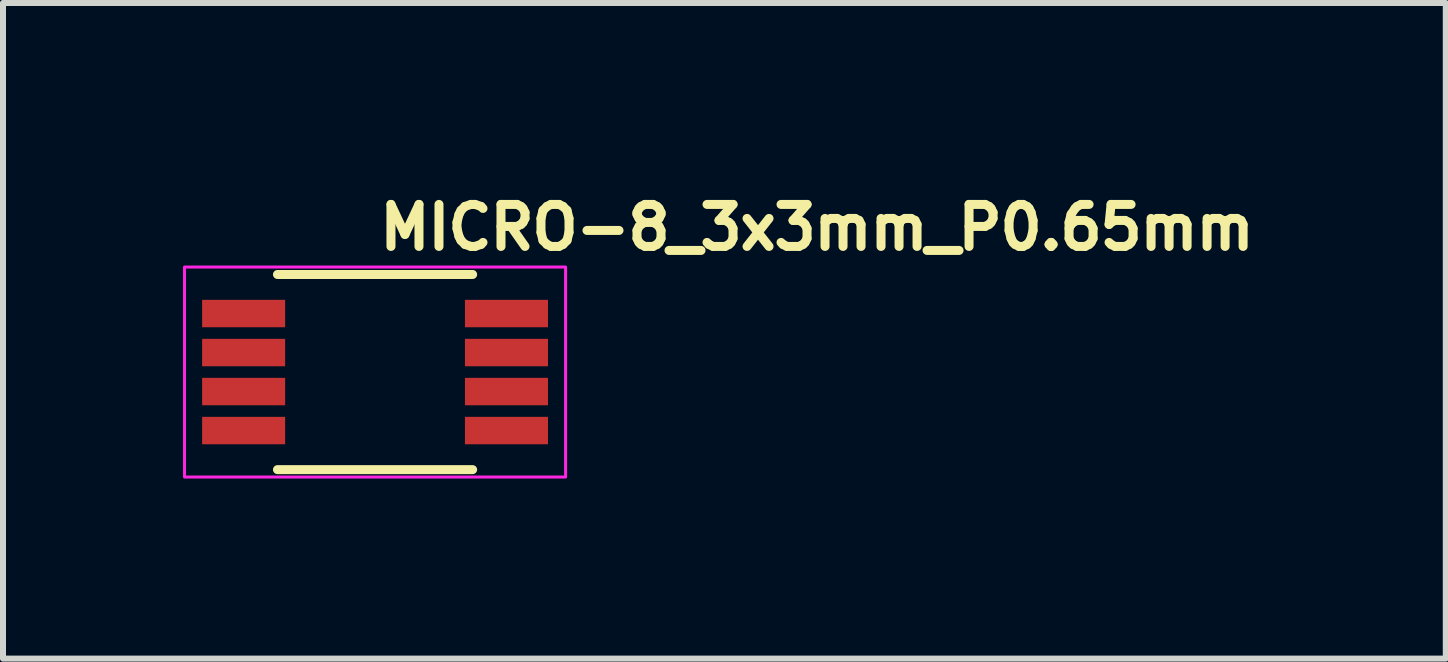
<source format=kicad_pcb>
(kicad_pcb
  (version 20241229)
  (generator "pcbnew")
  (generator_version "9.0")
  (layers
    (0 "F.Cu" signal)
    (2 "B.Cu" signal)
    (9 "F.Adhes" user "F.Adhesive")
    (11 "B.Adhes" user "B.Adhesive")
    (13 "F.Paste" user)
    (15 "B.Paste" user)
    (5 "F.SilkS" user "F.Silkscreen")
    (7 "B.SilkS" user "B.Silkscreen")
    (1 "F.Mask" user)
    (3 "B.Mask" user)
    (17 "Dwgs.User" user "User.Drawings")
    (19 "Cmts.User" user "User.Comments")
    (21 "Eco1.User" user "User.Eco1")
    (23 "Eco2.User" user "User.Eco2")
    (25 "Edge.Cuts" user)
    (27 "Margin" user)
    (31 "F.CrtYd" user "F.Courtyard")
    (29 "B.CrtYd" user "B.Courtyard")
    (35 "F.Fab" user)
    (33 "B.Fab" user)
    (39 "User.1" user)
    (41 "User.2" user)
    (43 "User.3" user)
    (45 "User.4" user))
  (footprint "MICRO-8_3x3mm_P0.65mm"
    (layer "F.Cu")
    (at 3.2 3.15)
    (property "Reference" "MICRO-8_3x3mm_P0.65mm" (at 0 -2 0) (unlocked yes) (layer "F.SilkS") (effects (font (size 0.7 0.7) (thickness 0.15)) (justify left bottom)))
    (attr smd)
    (fp_line (start -1.626 -1.626) (end 1.626 -1.626) (stroke (width 0.15) (type solid)) (layer "F.SilkS"))
    (fp_line (start -1.626 1.626) (end 1.626 1.626) (stroke (width 0.15) (type solid)) (layer "F.SilkS"))
    (fp_rect (start -3.175 -1.75) (end 3.175 1.75) (stroke (width 0.05) (type solid)) (fill no) (layer "F.CrtYd"))
    (fp_rect (start -2.527 -1.499) (end 2.527 1.499) (stroke (width 0.1) (type solid)) (fill no) (layer "User.5"))
    (fp_line (start -2.527 -1.178) (end -2.136 -1.178) (stroke (width 0.02) (type solid)) (layer "User.9"))
    (fp_line (start -2.527 -0.772) (end -2.527 -1.178) (stroke (width 0.02) (type solid)) (layer "User.9"))
    (fp_line (start -2.527 -0.528) (end -2.136 -0.528) (stroke (width 0.02) (type solid)) (layer "User.9"))
    (fp_line (start -2.527 -0.122) (end -2.527 -0.528) (stroke (width 0.02) (type solid)) (layer "User.9"))
    (fp_line (start -2.527 0.122) (end -2.136 0.122) (stroke (width 0.02) (type solid)) (layer "User.9"))
    (fp_line (start -2.527 0.528) (end -2.527 0.122) (stroke (width 0.02) (type solid)) (layer "User.9"))
    (fp_line (start -2.527 0.772) (end -2.136 0.772) (stroke (width 0.02) (type solid)) (layer "User.9"))
    (fp_line (start -2.527 1.178) (end -2.527 0.772) (stroke (width 0.02) (type solid)) (layer "User.9"))
    (fp_line (start -2.136 -1.178) (end -2.059 -1.178) (stroke (width 0.02) (type solid)) (layer "User.9"))
    (fp_line (start -2.136 -0.772) (end -2.527 -0.772) (stroke (width 0.02) (type solid)) (layer "User.9"))
    (fp_line (start -2.136 -0.528) (end -2.059 -0.528) (stroke (width 0.02) (type solid)) (layer "User.9"))
    (fp_line (start -2.136 -0.122) (end -2.527 -0.122) (stroke (width 0.02) (type solid)) (layer "User.9"))
    (fp_line (start -2.136 0.122) (end -2.059 0.122) (stroke (width 0.02) (type solid)) (layer "User.9"))
    (fp_line (start -2.136 0.528) (end -2.527 0.528) (stroke (width 0.02) (type solid)) (layer "User.9"))
    (fp_line (start -2.136 0.772) (end -2.059 0.772) (stroke (width 0.02) (type solid)) (layer "User.9"))
    (fp_line (start -2.136 1.178) (end -2.527 1.178) (stroke (width 0.02) (type solid)) (layer "User.9"))
    (fp_line (start -2.06 -1.178) (end -2.043 -1.178) (stroke (width 0.02) (type solid)) (layer "User.9"))
    (fp_line (start -2.06 -0.528) (end -2.043 -0.528) (stroke (width 0.02) (type solid)) (layer "User.9"))
    (fp_line (start -2.06 0.122) (end -2.043 0.122) (stroke (width 0.02) (type solid)) (layer "User.9"))
    (fp_line (start -2.06 0.772) (end -2.043 0.772) (stroke (width 0.02) (type solid)) (layer "User.9"))
    (fp_line (start -2.059 -0.772) (end -2.136 -0.772) (stroke (width 0.02) (type solid)) (layer "User.9"))
    (fp_line (start -2.059 -0.122) (end -2.136 -0.122) (stroke (width 0.02) (type solid)) (layer "User.9"))
    (fp_line (start -2.059 0.528) (end -2.136 0.528) (stroke (width 0.02) (type solid)) (layer "User.9"))
    (fp_line (start -2.059 1.178) (end -2.136 1.178) (stroke (width 0.02) (type solid)) (layer "User.9"))
    (fp_line (start -2.043 -1.178) (end -1.89 -1.178) (stroke (width 0.02) (type solid)) (layer "User.9"))
    (fp_line (start -2.043 -0.772) (end -2.06 -0.772) (stroke (width 0.02) (type solid)) (layer "User.9"))
    (fp_line (start -2.043 -0.528) (end -1.89 -0.528) (stroke (width 0.02) (type solid)) (layer "User.9"))
    (fp_line (start -2.043 -0.122) (end -2.06 -0.122) (stroke (width 0.02) (type solid)) (layer "User.9"))
    (fp_line (start -2.043 0.122) (end -1.89 0.122) (stroke (width 0.02) (type solid)) (layer "User.9"))
    (fp_line (start -2.043 0.528) (end -2.06 0.528) (stroke (width 0.02) (type solid)) (layer "User.9"))
    (fp_line (start -2.043 0.772) (end -1.89 0.772) (stroke (width 0.02) (type solid)) (layer "User.9"))
    (fp_line (start -2.043 1.178) (end -2.06 1.178) (stroke (width 0.02) (type solid)) (layer "User.9"))
    (fp_line (start -1.89 -1.178) (end -1.499 -1.178) (stroke (width 0.02) (type solid)) (layer "User.9"))
    (fp_line (start -1.89 -0.772) (end -2.043 -0.772) (stroke (width 0.02) (type solid)) (layer "User.9"))
    (fp_line (start -1.89 -0.528) (end -1.499 -0.528) (stroke (width 0.02) (type solid)) (layer "User.9"))
    (fp_line (start -1.89 -0.122) (end -2.043 -0.122) (stroke (width 0.02) (type solid)) (layer "User.9"))
    (fp_line (start -1.89 0.122) (end -1.499 0.122) (stroke (width 0.02) (type solid)) (layer "User.9"))
    (fp_line (start -1.89 0.528) (end -2.043 0.528) (stroke (width 0.02) (type solid)) (layer "User.9"))
    (fp_line (start -1.89 0.772) (end -1.499 0.772) (stroke (width 0.02) (type solid)) (layer "User.9"))
    (fp_line (start -1.89 1.178) (end -2.043 1.178) (stroke (width 0.02) (type solid)) (layer "User.9"))
    (fp_line (start -1.499 -1.499) (end -1.499 1.499) (stroke (width 0.02) (type solid)) (layer "User.9"))
    (fp_line (start -1.499 -0.772) (end -1.89 -0.772) (stroke (width 0.02) (type solid)) (layer "User.9"))
    (fp_line (start -1.499 -0.122) (end -1.89 -0.122) (stroke (width 0.02) (type solid)) (layer "User.9"))
    (fp_line (start -1.499 0.528) (end -1.89 0.528) (stroke (width 0.02) (type solid)) (layer "User.9"))
    (fp_line (start -1.499 1.178) (end -1.89 1.178) (stroke (width 0.02) (type solid)) (layer "User.9"))
    (fp_line (start -1.499 1.499) (end 1.499 1.499) (stroke (width 0.02) (type solid)) (layer "User.9"))
    (fp_line (start -1.097 -0.983) (end -1.097 -0.979) (stroke (width 0.02) (type solid)) (layer "User.9"))
    (fp_line (start -1.097 -0.979) (end -1.097 -0.975) (stroke (width 0.02) (type solid)) (layer "User.9"))
    (fp_line (start -1.097 -0.975) (end -1.097 -0.975) (stroke (width 0.02) (type solid)) (layer "User.9"))
    (fp_line (start -1.097 -0.975) (end -1.097 -0.971) (stroke (width 0.02) (type solid)) (layer "User.9"))
    (fp_line (start -1.097 -0.971) (end -1.097 -0.967) (stroke (width 0.02) (type solid)) (layer "User.9"))
    (fp_line (start -1.097 -0.967) (end -1.096 -0.964) (stroke (width 0.02) (type solid)) (layer "User.9"))
    (fp_line (start -1.096 -0.986) (end -1.097 -0.983) (stroke (width 0.02) (type solid)) (layer "User.9"))
    (fp_line (start -1.096 -0.964) (end -1.095 -0.96) (stroke (width 0.02) (type solid)) (layer "User.9"))
    (fp_line (start -1.095 -0.994) (end -1.095 -0.99) (stroke (width 0.02) (type solid)) (layer "User.9"))
    (fp_line (start -1.095 -0.99) (end -1.096 -0.986) (stroke (width 0.02) (type solid)) (layer "User.9"))
    (fp_line (start -1.095 -0.96) (end -1.095 -0.956) (stroke (width 0.02) (type solid)) (layer "User.9"))
    (fp_line (start -1.095 -0.956) (end -1.094 -0.953) (stroke (width 0.02) (type solid)) (layer "User.9"))
    (fp_line (start -1.094 -0.997) (end -1.095 -0.994) (stroke (width 0.02) (type solid)) (layer "User.9"))
    (fp_line (start -1.094 -0.953) (end -1.092 -0.949) (stroke (width 0.02) (type solid)) (layer "User.9"))
    (fp_line (start -1.092 -1.001) (end -1.094 -0.997) (stroke (width 0.02) (type solid)) (layer "User.9"))
    (fp_line (start -1.092 -0.949) (end -1.091 -0.946) (stroke (width 0.02) (type solid)) (layer "User.9"))
    (fp_line (start -1.091 -1.004) (end -1.092 -1.001) (stroke (width 0.02) (type solid)) (layer "User.9"))
    (fp_line (start -1.091 -0.946) (end -1.09 -0.943) (stroke (width 0.02) (type solid)) (layer "User.9"))
    (fp_line (start -1.09 -1.007) (end -1.091 -1.004) (stroke (width 0.02) (type solid)) (layer "User.9"))
    (fp_line (start -1.09 -0.943) (end -1.088 -0.939) (stroke (width 0.02) (type solid)) (layer "User.9"))
    (fp_line (start -1.088 -1.011) (end -1.09 -1.007) (stroke (width 0.02) (type solid)) (layer "User.9"))
    (fp_line (start -1.088 -0.939) (end -1.086 -0.936) (stroke (width 0.02) (type solid)) (layer "User.9"))
    (fp_line (start -1.086 -1.014) (end -1.088 -1.011) (stroke (width 0.02) (type solid)) (layer "User.9"))
    (fp_line (start -1.086 -0.936) (end -1.084 -0.933) (stroke (width 0.02) (type solid)) (layer "User.9"))
    (fp_line (start -1.084 -1.017) (end -1.086 -1.014) (stroke (width 0.02) (type solid)) (layer "User.9"))
    (fp_line (start -1.084 -0.933) (end -1.082 -0.93) (stroke (width 0.02) (type solid)) (layer "User.9"))
    (fp_line (start -1.082 -1.02) (end -1.084 -1.017) (stroke (width 0.02) (type solid)) (layer "User.9"))
    (fp_line (start -1.082 -0.93) (end -1.08 -0.927) (stroke (width 0.02) (type solid)) (layer "User.9"))
    (fp_line (start -1.08 -1.023) (end -1.082 -1.02) (stroke (width 0.02) (type solid)) (layer "User.9"))
    (fp_line (start -1.08 -0.927) (end -1.077 -0.925) (stroke (width 0.02) (type solid)) (layer "User.9"))
    (fp_line (start -1.077 -1.025) (end -1.08 -1.023) (stroke (width 0.02) (type solid)) (layer "User.9"))
    (fp_line (start -1.077 -0.925) (end -1.075 -0.922) (stroke (width 0.02) (type solid)) (layer "User.9"))
    (fp_line (start -1.075 -1.028) (end -1.077 -1.025) (stroke (width 0.02) (type solid)) (layer "User.9"))
    (fp_line (start -1.075 -0.922) (end -1.072 -0.92) (stroke (width 0.02) (type solid)) (layer "User.9"))
    (fp_line (start -1.072 -1.03) (end -1.075 -1.028) (stroke (width 0.02) (type solid)) (layer "User.9"))
    (fp_line (start -1.072 -0.92) (end -1.07 -0.917) (stroke (width 0.02) (type solid)) (layer "User.9"))
    (fp_line (start -1.07 -1.033) (end -1.072 -1.03) (stroke (width 0.02) (type solid)) (layer "User.9"))
    (fp_line (start -1.07 -0.917) (end -1.067 -0.915) (stroke (width 0.02) (type solid)) (layer "User.9"))
    (fp_line (start -1.067 -1.035) (end -1.07 -1.033) (stroke (width 0.02) (type solid)) (layer "User.9"))
    (fp_line (start -1.067 -0.915) (end -1.064 -0.913) (stroke (width 0.02) (type solid)) (layer "User.9"))
    (fp_line (start -1.064 -1.037) (end -1.067 -1.035) (stroke (width 0.02) (type solid)) (layer "User.9"))
    (fp_line (start -1.064 -0.913) (end -1.061 -0.911) (stroke (width 0.02) (type solid)) (layer "User.9"))
    (fp_line (start -1.061 -1.039) (end -1.064 -1.037) (stroke (width 0.02) (type solid)) (layer "User.9"))
    (fp_line (start -1.061 -0.911) (end -1.058 -0.909) (stroke (width 0.02) (type solid)) (layer "User.9"))
    (fp_line (start -1.058 -1.041) (end -1.061 -1.039) (stroke (width 0.02) (type solid)) (layer "User.9"))
    (fp_line (start -1.058 -0.909) (end -1.054 -0.907) (stroke (width 0.02) (type solid)) (layer "User.9"))
    (fp_line (start -1.054 -1.043) (end -1.058 -1.041) (stroke (width 0.02) (type solid)) (layer "User.9"))
    (fp_line (start -1.054 -0.907) (end -1.051 -0.906) (stroke (width 0.02) (type solid)) (layer "User.9"))
    (fp_line (start -1.051 -1.044) (end -1.054 -1.043) (stroke (width 0.02) (type solid)) (layer "User.9"))
    (fp_line (start -1.051 -0.906) (end -1.048 -0.905) (stroke (width 0.02) (type solid)) (layer "User.9"))
    (fp_line (start -1.048 -1.045) (end -1.051 -1.044) (stroke (width 0.02) (type solid)) (layer "User.9"))
    (fp_line (start -1.048 -0.905) (end -1.044 -0.903) (stroke (width 0.02) (type solid)) (layer "User.9"))
    (fp_line (start -1.044 -1.047) (end -1.048 -1.045) (stroke (width 0.02) (type solid)) (layer "User.9"))
    (fp_line (start -1.044 -0.903) (end -1.041 -0.902) (stroke (width 0.02) (type solid)) (layer "User.9"))
    (fp_line (start -1.041 -1.048) (end -1.044 -1.047) (stroke (width 0.02) (type solid)) (layer "User.9"))
    (fp_line (start -1.041 -0.902) (end -1.037 -0.902) (stroke (width 0.02) (type solid)) (layer "User.9"))
    (fp_line (start -1.037 -1.048) (end -1.041 -1.048) (stroke (width 0.02) (type solid)) (layer "User.9"))
    (fp_line (start -1.037 -0.902) (end -1.033 -0.901) (stroke (width 0.02) (type solid)) (layer "User.9"))
    (fp_line (start -1.033 -1.049) (end -1.037 -1.048) (stroke (width 0.02) (type solid)) (layer "User.9"))
    (fp_line (start -1.033 -0.901) (end -1.03 -0.9) (stroke (width 0.02) (type solid)) (layer "User.9"))
    (fp_line (start -1.03 -1.05) (end -1.033 -1.049) (stroke (width 0.02) (type solid)) (layer "User.9"))
    (fp_line (start -1.03 -0.9) (end -1.026 -0.9) (stroke (width 0.02) (type solid)) (layer "User.9"))
    (fp_line (start -1.026 -1.05) (end -1.03 -1.05) (stroke (width 0.02) (type solid)) (layer "User.9"))
    (fp_line (start -1.026 -0.9) (end -1.022 -0.9) (stroke (width 0.02) (type solid)) (layer "User.9"))
    (fp_line (start -1.022 -1.05) (end -1.026 -1.05) (stroke (width 0.02) (type solid)) (layer "User.9"))
    (fp_line (start -1.022 -1.05) (end -1.022 -1.05) (stroke (width 0.02) (type solid)) (layer "User.9"))
    (fp_line (start -1.022 -0.9) (end -1.022 -0.9) (stroke (width 0.02) (type solid)) (layer "User.9"))
    (fp_line (start -1.022 -0.9) (end -1.018 -0.9) (stroke (width 0.02) (type solid)) (layer "User.9"))
    (fp_line (start -1.018 -1.05) (end -1.022 -1.05) (stroke (width 0.02) (type solid)) (layer "User.9"))
    (fp_line (start -1.018 -0.9) (end -1.014 -0.9) (stroke (width 0.02) (type solid)) (layer "User.9"))
    (fp_line (start -1.014 -1.05) (end -1.018 -1.05) (stroke (width 0.02) (type solid)) (layer "User.9"))
    (fp_line (start -1.014 -0.9) (end -1.011 -0.901) (stroke (width 0.02) (type solid)) (layer "User.9"))
    (fp_line (start -1.011 -1.049) (end -1.014 -1.05) (stroke (width 0.02) (type solid)) (layer "User.9"))
    (fp_line (start -1.011 -0.901) (end -1.007 -0.902) (stroke (width 0.02) (type solid)) (layer "User.9"))
    (fp_line (start -1.007 -1.048) (end -1.011 -1.049) (stroke (width 0.02) (type solid)) (layer "User.9"))
    (fp_line (start -1.007 -0.902) (end -1.003 -0.902) (stroke (width 0.02) (type solid)) (layer "User.9"))
    (fp_line (start -1.003 -1.048) (end -1.007 -1.048) (stroke (width 0.02) (type solid)) (layer "User.9"))
    (fp_line (start -1.003 -0.902) (end -1 -0.903) (stroke (width 0.02) (type solid)) (layer "User.9"))
    (fp_line (start -1 -1.047) (end -1.003 -1.048) (stroke (width 0.02) (type solid)) (layer "User.9"))
    (fp_line (start -1 -0.903) (end -0.996 -0.905) (stroke (width 0.02) (type solid)) (layer "User.9"))
    (fp_line (start -0.996 -1.045) (end -1 -1.047) (stroke (width 0.02) (type solid)) (layer "User.9"))
    (fp_line (start -0.996 -0.905) (end -0.993 -0.906) (stroke (width 0.02) (type solid)) (layer "User.9"))
    (fp_line (start -0.993 -1.044) (end -0.996 -1.045) (stroke (width 0.02) (type solid)) (layer "User.9"))
    (fp_line (start -0.993 -0.906) (end -0.99 -0.907) (stroke (width 0.02) (type solid)) (layer "User.9"))
    (fp_line (start -0.99 -1.043) (end -0.993 -1.044) (stroke (width 0.02) (type solid)) (layer "User.9"))
    (fp_line (start -0.99 -0.907) (end -0.986 -0.909) (stroke (width 0.02) (type solid)) (layer "User.9"))
    (fp_line (start -0.986 -1.041) (end -0.99 -1.043) (stroke (width 0.02) (type solid)) (layer "User.9"))
    (fp_line (start -0.986 -0.909) (end -0.983 -0.911) (stroke (width 0.02) (type solid)) (layer "User.9"))
    (fp_line (start -0.983 -1.039) (end -0.986 -1.041) (stroke (width 0.02) (type solid)) (layer "User.9"))
    (fp_line (start -0.983 -0.911) (end -0.98 -0.913) (stroke (width 0.02) (type solid)) (layer "User.9"))
    (fp_line (start -0.98 -1.037) (end -0.983 -1.039) (stroke (width 0.02) (type solid)) (layer "User.9"))
    (fp_line (start -0.98 -0.913) (end -0.977 -0.915) (stroke (width 0.02) (type solid)) (layer "User.9"))
    (fp_line (start -0.977 -1.035) (end -0.98 -1.037) (stroke (width 0.02) (type solid)) (layer "User.9"))
    (fp_line (start -0.977 -0.915) (end -0.974 -0.917) (stroke (width 0.02) (type solid)) (layer "User.9"))
    (fp_line (start -0.974 -1.033) (end -0.977 -1.035) (stroke (width 0.02) (type solid)) (layer "User.9"))
    (fp_line (start -0.974 -0.917) (end -0.972 -0.92) (stroke (width 0.02) (type solid)) (layer "User.9"))
    (fp_line (start -0.972 -1.03) (end -0.974 -1.033) (stroke (width 0.02) (type solid)) (layer "User.9"))
    (fp_line (start -0.972 -0.92) (end -0.969 -0.922) (stroke (width 0.02) (type solid)) (layer "User.9"))
    (fp_line (start -0.969 -1.028) (end -0.972 -1.03) (stroke (width 0.02) (type solid)) (layer "User.9"))
    (fp_line (start -0.969 -0.922) (end -0.967 -0.925) (stroke (width 0.02) (type solid)) (layer "User.9"))
    (fp_line (start -0.967 -1.025) (end -0.969 -1.028) (stroke (width 0.02) (type solid)) (layer "User.9"))
    (fp_line (start -0.967 -0.925) (end -0.964 -0.927) (stroke (width 0.02) (type solid)) (layer "User.9"))
    (fp_line (start -0.964 -1.023) (end -0.967 -1.025) (stroke (width 0.02) (type solid)) (layer "User.9"))
    (fp_line (start -0.964 -0.927) (end -0.962 -0.93) (stroke (width 0.02) (type solid)) (layer "User.9"))
    (fp_line (start -0.962 -1.02) (end -0.964 -1.023) (stroke (width 0.02) (type solid)) (layer "User.9"))
    (fp_line (start -0.962 -0.93) (end -0.96 -0.933) (stroke (width 0.02) (type solid)) (layer "User.9"))
    (fp_line (start -0.96 -1.017) (end -0.962 -1.02) (stroke (width 0.02) (type solid)) (layer "User.9"))
    (fp_line (start -0.96 -0.933) (end -0.958 -0.936) (stroke (width 0.02) (type solid)) (layer "User.9"))
    (fp_line (start -0.958 -1.014) (end -0.96 -1.017) (stroke (width 0.02) (type solid)) (layer "User.9"))
    (fp_line (start -0.958 -0.936) (end -0.956 -0.939) (stroke (width 0.02) (type solid)) (layer "User.9"))
    (fp_line (start -0.956 -1.011) (end -0.958 -1.014) (stroke (width 0.02) (type solid)) (layer "User.9"))
    (fp_line (start -0.956 -0.939) (end -0.954 -0.943) (stroke (width 0.02) (type solid)) (layer "User.9"))
    (fp_line (start -0.954 -1.007) (end -0.956 -1.011) (stroke (width 0.02) (type solid)) (layer "User.9"))
    (fp_line (start -0.954 -0.943) (end -0.953 -0.946) (stroke (width 0.02) (type solid)) (layer "User.9"))
    (fp_line (start -0.953 -1.004) (end -0.954 -1.007) (stroke (width 0.02) (type solid)) (layer "User.9"))
    (fp_line (start -0.953 -0.946) (end -0.952 -0.949) (stroke (width 0.02) (type solid)) (layer "User.9"))
    (fp_line (start -0.952 -1.001) (end -0.953 -1.004) (stroke (width 0.02) (type solid)) (layer "User.9"))
    (fp_line (start -0.952 -0.949) (end -0.95 -0.953) (stroke (width 0.02) (type solid)) (layer "User.9"))
    (fp_line (start -0.95 -0.997) (end -0.952 -1.001) (stroke (width 0.02) (type solid)) (layer "User.9"))
    (fp_line (start -0.95 -0.953) (end -0.949 -0.956) (stroke (width 0.02) (type solid)) (layer "User.9"))
    (fp_line (start -0.949 -0.994) (end -0.95 -0.997) (stroke (width 0.02) (type solid)) (layer "User.9"))
    (fp_line (start -0.949 -0.99) (end -0.949 -0.994) (stroke (width 0.02) (type solid)) (layer "User.9"))
    (fp_line (start -0.949 -0.96) (end -0.948 -0.964) (stroke (width 0.02) (type solid)) (layer "User.9"))
    (fp_line (start -0.949 -0.956) (end -0.949 -0.96) (stroke (width 0.02) (type solid)) (layer "User.9"))
    (fp_line (start -0.948 -0.986) (end -0.949 -0.99) (stroke (width 0.02) (type solid)) (layer "User.9"))
    (fp_line (start -0.948 -0.964) (end -0.947 -0.967) (stroke (width 0.02) (type solid)) (layer "User.9"))
    (fp_line (start -0.947 -0.983) (end -0.948 -0.986) (stroke (width 0.02) (type solid)) (layer "User.9"))
    (fp_line (start -0.947 -0.979) (end -0.947 -0.983) (stroke (width 0.02) (type solid)) (layer "User.9"))
    (fp_line (start -0.947 -0.975) (end -0.947 -0.979) (stroke (width 0.02) (type solid)) (layer "User.9"))
    (fp_line (start -0.947 -0.975) (end -0.947 -0.975) (stroke (width 0.02) (type solid)) (layer "User.9"))
    (fp_line (start -0.947 -0.975) (end -0.947 -0.975) (stroke (width 0.02) (type solid)) (layer "User.9"))
    (fp_line (start -0.947 -0.971) (end -0.947 -0.975) (stroke (width 0.02) (type solid)) (layer "User.9"))
    (fp_line (start -0.947 -0.967) (end -0.947 -0.971) (stroke (width 0.02) (type solid)) (layer "User.9"))
    (fp_line (start 1.499 -1.499) (end -1.499 -1.499) (stroke (width 0.02) (type solid)) (layer "User.9"))
    (fp_line (start 1.499 -1.178) (end 1.89 -1.178) (stroke (width 0.02) (type solid)) (layer "User.9"))
    (fp_line (start 1.499 -0.528) (end 1.89 -0.528) (stroke (width 0.02) (type solid)) (layer "User.9"))
    (fp_line (start 1.499 0.122) (end 1.89 0.122) (stroke (width 0.02) (type solid)) (layer "User.9"))
    (fp_line (start 1.499 0.772) (end 1.89 0.772) (stroke (width 0.02) (type solid)) (layer "User.9"))
    (fp_line (start 1.499 1.499) (end 1.499 -1.499) (stroke (width 0.02) (type solid)) (layer "User.9"))
    (fp_line (start 1.89 -1.178) (end 2.043 -1.178) (stroke (width 0.02) (type solid)) (layer "User.9"))
    (fp_line (start 1.89 -0.772) (end 1.499 -0.772) (stroke (width 0.02) (type solid)) (layer "User.9"))
    (fp_line (start 1.89 -0.528) (end 2.043 -0.528) (stroke (width 0.02) (type solid)) (layer "User.9"))
    (fp_line (start 1.89 -0.122) (end 1.499 -0.122) (stroke (width 0.02) (type solid)) (layer "User.9"))
    (fp_line (start 1.89 0.122) (end 2.043 0.122) (stroke (width 0.02) (type solid)) (layer "User.9"))
    (fp_line (start 1.89 0.528) (end 1.499 0.528) (stroke (width 0.02) (type solid)) (layer "User.9"))
    (fp_line (start 1.89 0.772) (end 2.043 0.772) (stroke (width 0.02) (type solid)) (layer "User.9"))
    (fp_line (start 1.89 1.178) (end 1.499 1.178) (stroke (width 0.02) (type solid)) (layer "User.9"))
    (fp_line (start 2.043 -1.178) (end 2.06 -1.178) (stroke (width 0.02) (type solid)) (layer "User.9"))
    (fp_line (start 2.043 -0.772) (end 1.89 -0.772) (stroke (width 0.02) (type solid)) (layer "User.9"))
    (fp_line (start 2.043 -0.528) (end 2.06 -0.528) (stroke (width 0.02) (type solid)) (layer "User.9"))
    (fp_line (start 2.043 -0.122) (end 1.89 -0.122) (stroke (width 0.02) (type solid)) (layer "User.9"))
    (fp_line (start 2.043 0.122) (end 2.06 0.122) (stroke (width 0.02) (type solid)) (layer "User.9"))
    (fp_line (start 2.043 0.528) (end 1.89 0.528) (stroke (width 0.02) (type solid)) (layer "User.9"))
    (fp_line (start 2.043 0.772) (end 2.06 0.772) (stroke (width 0.02) (type solid)) (layer "User.9"))
    (fp_line (start 2.043 1.178) (end 1.89 1.178) (stroke (width 0.02) (type solid)) (layer "User.9"))
    (fp_line (start 2.059 -1.178) (end 2.136 -1.178) (stroke (width 0.02) (type solid)) (layer "User.9"))
    (fp_line (start 2.059 -0.528) (end 2.136 -0.528) (stroke (width 0.02) (type solid)) (layer "User.9"))
    (fp_line (start 2.059 0.122) (end 2.136 0.122) (stroke (width 0.02) (type solid)) (layer "User.9"))
    (fp_line (start 2.059 0.772) (end 2.136 0.772) (stroke (width 0.02) (type solid)) (layer "User.9"))
    (fp_line (start 2.06 -0.772) (end 2.043 -0.772) (stroke (width 0.02) (type solid)) (layer "User.9"))
    (fp_line (start 2.06 -0.122) (end 2.043 -0.122) (stroke (width 0.02) (type solid)) (layer "User.9"))
    (fp_line (start 2.06 0.528) (end 2.043 0.528) (stroke (width 0.02) (type solid)) (layer "User.9"))
    (fp_line (start 2.06 1.178) (end 2.043 1.178) (stroke (width 0.02) (type solid)) (layer "User.9"))
    (fp_line (start 2.136 -1.178) (end 2.527 -1.178) (stroke (width 0.02) (type solid)) (layer "User.9"))
    (fp_line (start 2.136 -0.772) (end 2.059 -0.772) (stroke (width 0.02) (type solid)) (layer "User.9"))
    (fp_line (start 2.136 -0.528) (end 2.527 -0.528) (stroke (width 0.02) (type solid)) (layer "User.9"))
    (fp_line (start 2.136 -0.122) (end 2.059 -0.122) (stroke (width 0.02) (type solid)) (layer "User.9"))
    (fp_line (start 2.136 0.122) (end 2.527 0.122) (stroke (width 0.02) (type solid)) (layer "User.9"))
    (fp_line (start 2.136 0.528) (end 2.059 0.528) (stroke (width 0.02) (type solid)) (layer "User.9"))
    (fp_line (start 2.136 0.772) (end 2.527 0.772) (stroke (width 0.02) (type solid)) (layer "User.9"))
    (fp_line (start 2.136 1.178) (end 2.059 1.178) (stroke (width 0.02) (type solid)) (layer "User.9"))
    (fp_line (start 2.527 -1.178) (end 2.527 -0.772) (stroke (width 0.02) (type solid)) (layer "User.9"))
    (fp_line (start 2.527 -0.772) (end 2.136 -0.772) (stroke (width 0.02) (type solid)) (layer "User.9"))
    (fp_line (start 2.527 -0.528) (end 2.527 -0.122) (stroke (width 0.02) (type solid)) (layer "User.9"))
    (fp_line (start 2.527 -0.122) (end 2.136 -0.122) (stroke (width 0.02) (type solid)) (layer "User.9"))
    (fp_line (start 2.527 0.122) (end 2.527 0.528) (stroke (width 0.02) (type solid)) (layer "User.9"))
    (fp_line (start 2.527 0.528) (end 2.136 0.528) (stroke (width 0.02) (type solid)) (layer "User.9"))
    (fp_line (start 2.527 0.772) (end 2.527 1.178) (stroke (width 0.02) (type solid)) (layer "User.9"))
    (fp_line (start 2.527 1.178) (end 2.136 1.178) (stroke (width 0.02) (type solid)) (layer "User.9"))
    (pad "1" smd rect (at -2.19 -0.975) (size 1.384 0.457) (layers "F.Cu" "F.Mask" "F.Paste"))
    (pad "2" smd rect (at -2.19 -0.325) (size 1.384 0.457) (layers "F.Cu" "F.Mask" "F.Paste"))
    (pad "3" smd rect (at -2.19 0.325) (size 1.384 0.457) (layers "F.Cu" "F.Mask" "F.Paste"))
    (pad "4" smd rect (at -2.19 0.975) (size 1.384 0.457) (layers "F.Cu" "F.Mask" "F.Paste"))
    (pad "5" smd rect (at 2.19 0.975) (size 1.384 0.457) (layers "F.Cu" "F.Mask" "F.Paste"))
    (pad "6" smd rect (at 2.19 0.325) (size 1.384 0.457) (layers "F.Cu" "F.Mask" "F.Paste"))
    (pad "7" smd rect (at 2.19 -0.325) (size 1.384 0.457) (layers "F.Cu" "F.Mask" "F.Paste"))
    (pad "8" smd rect (at 2.19 -0.975) (size 1.384 0.457) (layers "F.Cu" "F.Mask" "F.Paste")))
  (gr_rect
    (start -3 -3)
    (end 21.043 7.925)
    (stroke (width 0.1) (type default))
    (fill no)
    (layer "Edge.Cuts")))
</source>
